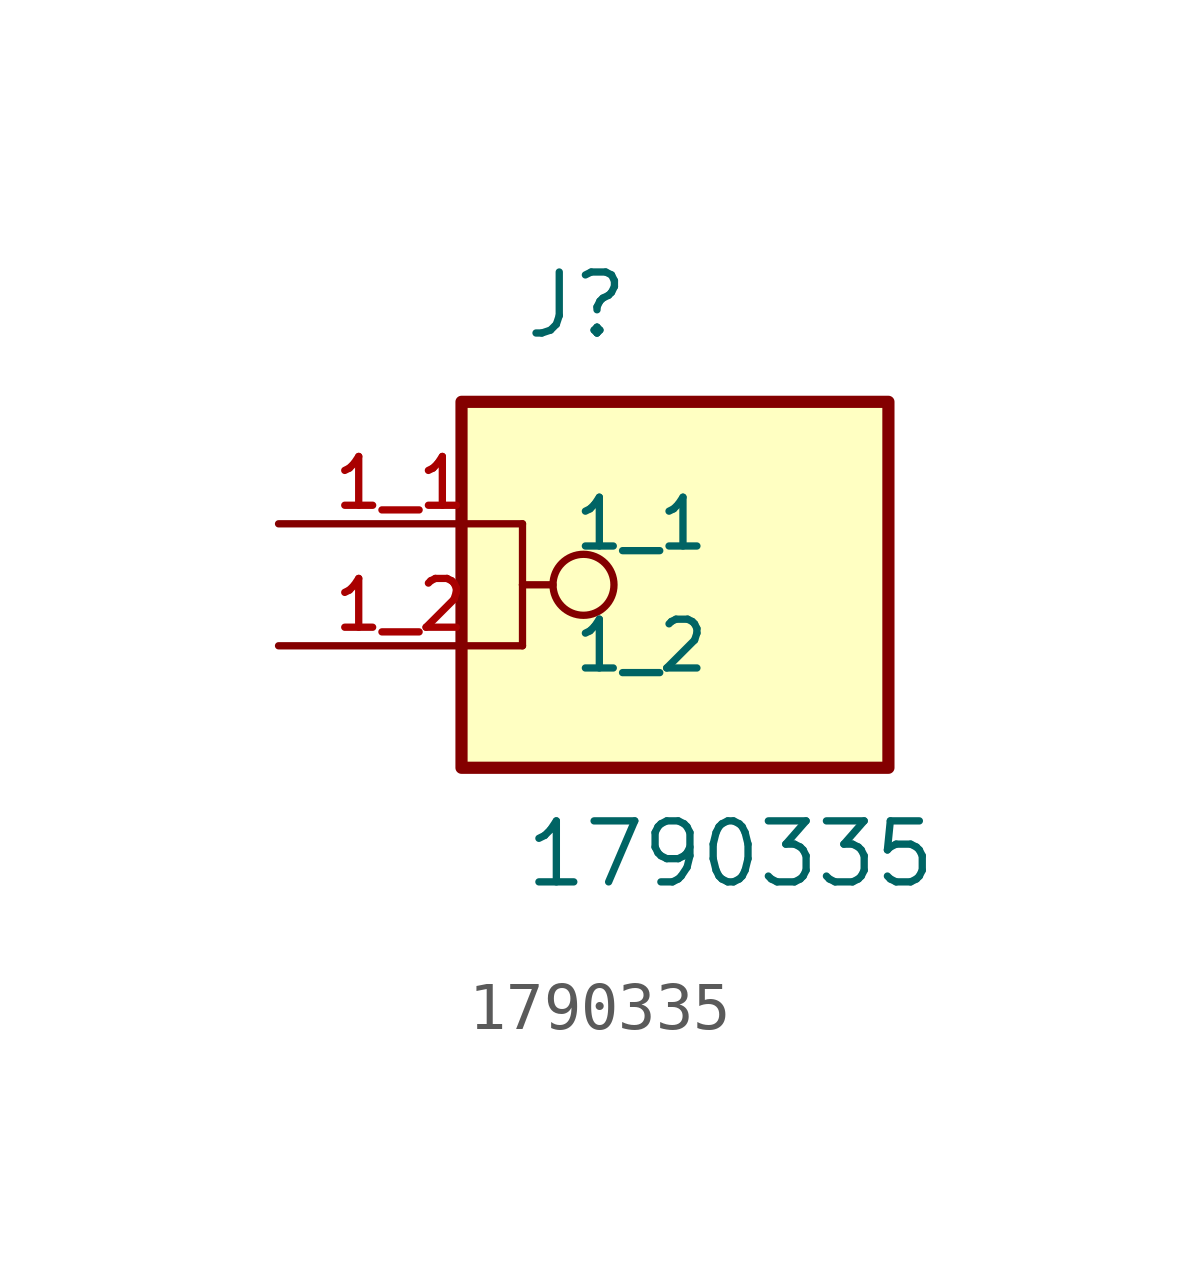
<source format=kicad_sym>
(kicad_symbol_lib
  (version 20211014)
  (generator kicad_symbol_editor)
  (symbol "1790335"
    (pin_names
      (offset 1.016))
    (property "Reference" "J"
      (at -2.54 6.35 0)
      (effects (font (size 1.27 1.27)) (justify bottom left)))
    (property "Value" "1790335"
      (at -2.54 -5.08 0)
      (effects (font (size 1.27 1.27)) (justify bottom left)))
    (symbol "1790335_0_0"
      (polyline (pts (xy -2.54 2.54) (xy -2.54 1.27)) (stroke (width 0.152)))
      (polyline (pts (xy -2.54 1.27) (xy -2.54 0.0)) (stroke (width 0.152)))
      (polyline (pts (xy -2.54 1.27) (xy -1.905 1.27)) (stroke (width 0.152)))
      (circle (center -1.27 1.27) (radius 0.635) (stroke (width 0.152)) (fill (type none)))
      (rectangle (start -3.81 -2.54) (end 5.08 5.08) (stroke (width 0.254)) (fill (type background)))
      (pin passive line (at -7.62 2.54 0) (length 5.08) (name "1_1" (effects (font (size 1.016 1.016)))) (number "1_1" (effects (font (size 1.016 1.016)))))
      (pin passive line (at -7.62 0.0 0) (length 5.08) (name "1_2" (effects (font (size 1.016 1.016)))) (number "1_2" (effects (font (size 1.016 1.016))))))))
</source>
